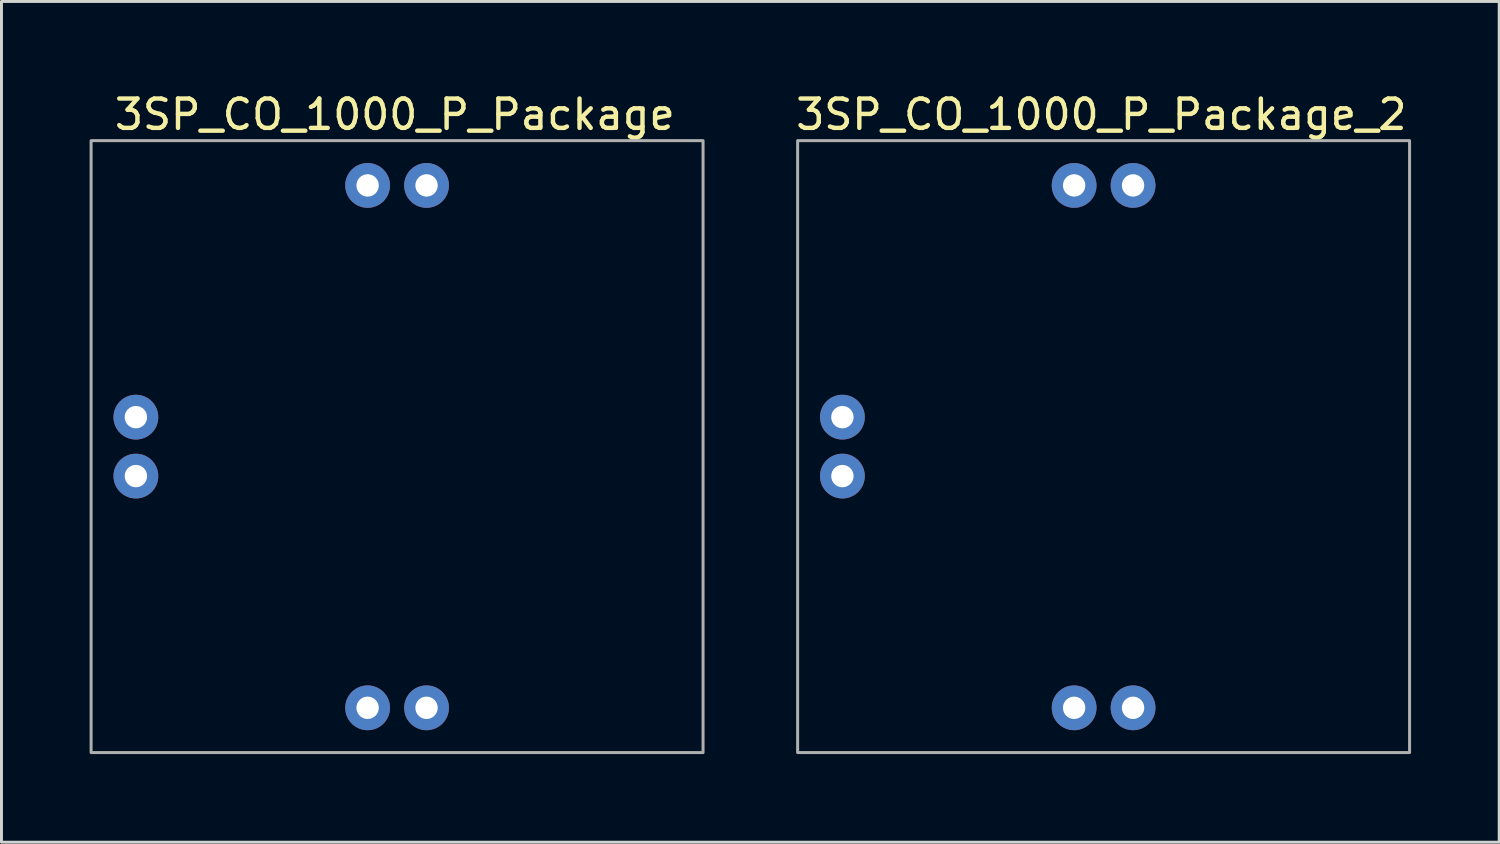
<source format=kicad_pcb>
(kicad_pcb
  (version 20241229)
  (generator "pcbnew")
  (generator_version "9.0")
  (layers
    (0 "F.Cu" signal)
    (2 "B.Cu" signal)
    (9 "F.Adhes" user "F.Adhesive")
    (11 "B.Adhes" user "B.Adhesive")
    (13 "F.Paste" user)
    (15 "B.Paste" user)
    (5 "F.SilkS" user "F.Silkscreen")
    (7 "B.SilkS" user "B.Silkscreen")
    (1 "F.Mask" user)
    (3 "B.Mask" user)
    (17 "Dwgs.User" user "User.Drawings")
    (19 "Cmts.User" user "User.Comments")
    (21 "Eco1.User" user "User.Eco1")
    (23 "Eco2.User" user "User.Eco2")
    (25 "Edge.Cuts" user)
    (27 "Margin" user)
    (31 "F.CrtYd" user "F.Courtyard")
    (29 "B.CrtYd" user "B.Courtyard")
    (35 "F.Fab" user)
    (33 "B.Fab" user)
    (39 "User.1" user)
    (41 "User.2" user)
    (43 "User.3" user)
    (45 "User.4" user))
  (footprint "3SP_CO_1000_P_Package"
    (layer "F.Cu")
    (at 10.465 12.151)
    (property "Reference" "3SP_CO_1000_P_Package" (at -0.076 -11.303 0) (unlocked yes) (layer "F.SilkS") (effects (font (size 1 1) (thickness 0.15))))
    (attr smd)
    (fp_rect (start -10.414 10.414) (end 10.414 -10.414) (stroke (width 0.102) (type solid)) (fill no) (layer "F.Fab"))
    (pad "1" thru_hole circle (at -1.003 8.89) (size 1.524 1.524) (drill 0.762) (layers "*.Cu" "*.Mask"))
    (pad "2" thru_hole circle (at -8.89 1.003) (size 1.524 1.524) (drill 0.762) (layers "*.Cu" "*.Mask"))
    (pad "3" thru_hole circle (at -8.89 -1.003) (size 1.524 1.524) (drill 0.762) (layers "*.Cu" "*.Mask"))
    (pad "4" thru_hole circle (at -1.003 -8.89) (size 1.524 1.524) (drill 0.762) (layers "*.Cu" "*.Mask"))
    (pad "5" thru_hole circle (at 1.003 -8.89) (size 1.524 1.524) (drill 0.762) (layers "*.Cu" "*.Mask"))
    (pad "6" thru_hole circle (at 1.003 8.89) (size 1.524 1.524) (drill 0.762) (layers "*.Cu" "*.Mask")))
  (footprint "3SP_CO_1000_P_Package_2"
    (layer "F.Cu")
    (at 34.512 12.151)
    (property "Reference" "3SP_CO_1000_P_Package_2" (at -0.076 -11.303 0) (unlocked yes) (layer "F.SilkS") (effects (font (size 1 1) (thickness 0.15))))
    (attr smd)
    (fp_rect (start -10.414 10.414) (end 10.414 -10.414) (stroke (width 0.102) (type solid)) (fill no) (layer "F.Fab"))
    (pad "1" thru_hole circle (at -1.003 8.89) (size 1.524 1.524) (drill 0.762) (layers "*.Cu" "*.Mask"))
    (pad "2" thru_hole circle (at -8.89 1.003) (size 1.524 1.524) (drill 0.762) (layers "*.Cu" "*.Mask"))
    (pad "3" thru_hole circle (at -8.89 -1.003) (size 1.524 1.524) (drill 0.762) (layers "*.Cu" "*.Mask"))
    (pad "4" thru_hole circle (at -1.003 -8.89) (size 1.524 1.524) (drill 0.762) (layers "*.Cu" "*.Mask"))
    (pad "5" thru_hole circle (at 1.003 -8.89) (size 1.524 1.524) (drill 0.762) (layers "*.Cu" "*.Mask"))
    (pad "6" thru_hole circle (at 1.003 8.89) (size 1.524 1.524) (drill 0.762) (layers "*.Cu" "*.Mask")))
  (gr_rect
    (start -3 -3)
    (end 47.977 25.616)
    (stroke (width 0.1) (type default))
    (fill no)
    (layer "Edge.Cuts")))
</source>
